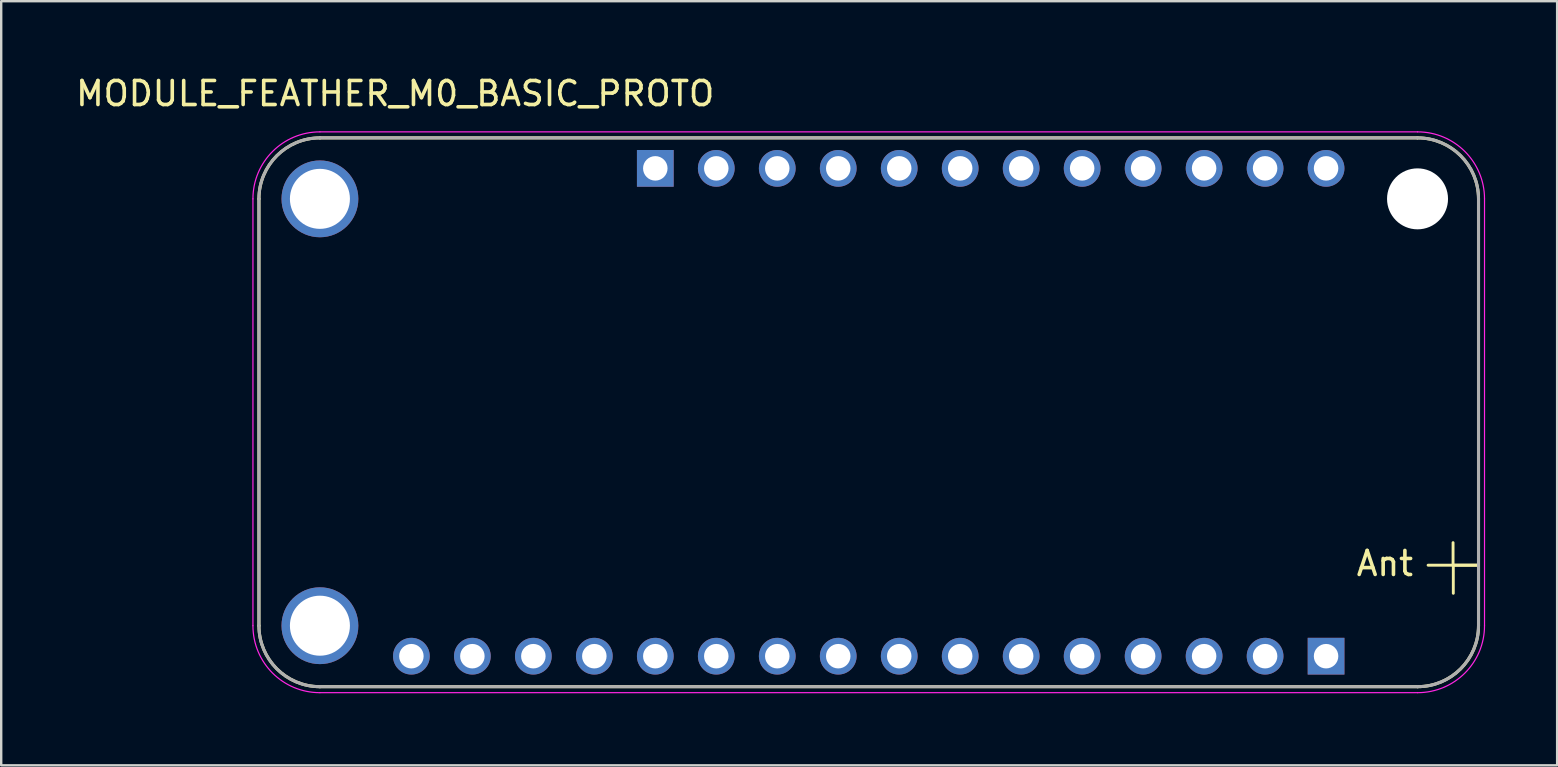
<source format=kicad_pcb>
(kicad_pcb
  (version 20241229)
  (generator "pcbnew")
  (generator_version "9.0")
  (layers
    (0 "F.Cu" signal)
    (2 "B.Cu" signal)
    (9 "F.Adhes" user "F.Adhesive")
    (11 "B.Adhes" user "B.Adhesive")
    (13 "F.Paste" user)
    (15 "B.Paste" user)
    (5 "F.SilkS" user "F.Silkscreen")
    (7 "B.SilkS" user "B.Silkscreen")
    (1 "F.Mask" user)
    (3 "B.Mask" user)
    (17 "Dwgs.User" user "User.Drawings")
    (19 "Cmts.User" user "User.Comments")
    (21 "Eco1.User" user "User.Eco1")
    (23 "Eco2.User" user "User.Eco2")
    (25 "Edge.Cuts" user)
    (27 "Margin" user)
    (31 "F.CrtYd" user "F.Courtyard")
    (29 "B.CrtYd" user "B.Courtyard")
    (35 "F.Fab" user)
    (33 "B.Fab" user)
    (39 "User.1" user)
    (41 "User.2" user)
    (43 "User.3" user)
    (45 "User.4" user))
  (footprint "MODULE_FEATHER_M0_BASIC_PROTO"
    (layer "F.Cu")
    (at 33.136 14.123)
    (property "Reference" "MODULE_FEATHER_M0_BASIC_PROTO" (at -19.725 -13.275 0) (layer "F.SilkS") (effects (font (size 1 1) (thickness 0.15))))
    (attr through_hole)
    (fp_line (start -25.4 8.89) (end -25.4 -8.89) (stroke (width 0.127) (type solid)) (layer "F.SilkS"))
    (fp_line (start -22.86 -11.43) (end 22.86 -11.43) (stroke (width 0.127) (type solid)) (layer "F.SilkS"))
    (fp_line (start 22.86 11.43) (end -22.86 11.43) (stroke (width 0.127) (type solid)) (layer "F.SilkS"))
    (fp_line (start 24.34 6.37) (end 24.34 5.43) (stroke (width 0.12) (type solid)) (layer "F.SilkS"))
    (fp_line (start 24.34 6.37) (end 25.39 6.37) (stroke (width 0.12) (type solid)) (layer "F.SilkS"))
    (fp_line (start 24.35 6.36) (end 24.35 7.54) (stroke (width 0.12) (type solid)) (layer "F.SilkS"))
    (fp_line (start 25.39 6.37) (end 23.3 6.37) (stroke (width 0.12) (type solid)) (layer "F.SilkS"))
    (fp_line (start 25.4 -8.89) (end 25.4 8.89) (stroke (width 0.127) (type solid)) (layer "F.SilkS"))
    (fp_arc (start -25.4 -8.89) (mid -24.656051 -10.686051) (end -22.86 -11.43) (stroke (width 0.127) (type solid)) (layer "F.SilkS"))
    (fp_arc (start -22.86 11.43) (mid -24.656051 10.686051) (end -25.4 8.89) (stroke (width 0.127) (type solid)) (layer "F.SilkS"))
    (fp_arc (start 22.86 -11.43) (mid 24.656051 -10.686051) (end 25.4 -8.89) (stroke (width 0.127) (type solid)) (layer "F.SilkS"))
    (fp_arc (start 25.4 8.89) (mid 24.656051 10.686051) (end 22.86 11.43) (stroke (width 0.127) (type solid)) (layer "F.SilkS"))
    (fp_line (start -25.65 -8.89) (end -25.65 8.89) (stroke (width 0.05) (type solid)) (layer "F.CrtYd"))
    (fp_line (start -22.86 11.68) (end 22.86 11.68) (stroke (width 0.05) (type solid)) (layer "F.CrtYd"))
    (fp_line (start 22.86 -11.68) (end -22.86 -11.68) (stroke (width 0.05) (type solid)) (layer "F.CrtYd"))
    (fp_line (start 25.65 8.89) (end 25.65 -8.89) (stroke (width 0.05) (type solid)) (layer "F.CrtYd"))
    (fp_arc (start -25.65 -8.89) (mid -24.832828 -10.862828) (end -22.86 -11.68) (stroke (width 0.05) (type solid)) (layer "F.CrtYd"))
    (fp_arc (start -22.86 11.68) (mid -24.832828 10.862828) (end -25.65 8.89) (stroke (width 0.05) (type solid)) (layer "F.CrtYd"))
    (fp_arc (start 22.86 -11.68) (mid 24.832828 -10.862828) (end 25.65 -8.89) (stroke (width 0.05) (type solid)) (layer "F.CrtYd"))
    (fp_arc (start 25.65 8.89) (mid 24.832828 10.862828) (end 22.86 11.68) (stroke (width 0.05) (type solid)) (layer "F.CrtYd"))
    (fp_line (start -25.4 8.89) (end -25.4 -8.89) (stroke (width 0.127) (type solid)) (layer "F.Fab"))
    (fp_line (start -22.86 -11.43) (end 22.86 -11.43) (stroke (width 0.127) (type solid)) (layer "F.Fab"))
    (fp_line (start 22.86 11.43) (end -22.86 11.43) (stroke (width 0.127) (type solid)) (layer "F.Fab"))
    (fp_line (start 25.4 -8.89) (end 25.4 8.89) (stroke (width 0.127) (type solid)) (layer "F.Fab"))
    (fp_arc (start -25.4 -8.89) (mid -24.656051 -10.686051) (end -22.86 -11.43) (stroke (width 0.127) (type solid)) (layer "F.Fab"))
    (fp_arc (start -22.86 11.43) (mid -24.656051 10.686051) (end -25.4 8.89) (stroke (width 0.127) (type solid)) (layer "F.Fab"))
    (fp_arc (start 22.86 -11.43) (mid 24.656051 -10.686051) (end 25.4 -8.89) (stroke (width 0.127) (type solid)) (layer "F.Fab"))
    (fp_arc (start 25.4 8.89) (mid 24.656051 10.686051) (end 22.86 11.43) (stroke (width 0.127) (type solid)) (layer "F.Fab"))
    (fp_text user "Ant" (at 21.5 6.3 0) (layer "F.SilkS") (effects (font (size 1 1) (thickness 0.15))))
    (pad "" np_thru_hole circle (at 22.86 -8.89) (size 2.54 2.54) (drill 2.54) (layers "*.Cu" "*.Mask"))
    (pad "P$1" thru_hole circle (at -22.86 -8.89) (size 3.2 3.2) (drill 2.5) (layers "*.Cu" "*.Mask"))
    (pad "P$2" thru_hole circle (at -22.86 8.89) (size 3.2 3.2) (drill 2.5) (layers "*.Cu" "*.Mask"))
    (pad "P1_1" thru_hole rect (at 19.05 10.16) (size 1.53 1.53) (drill 1.02) (layers "*.Cu" "*.Mask"))
    (pad "P1_2" thru_hole circle (at 16.51 10.16) (size 1.53 1.53) (drill 1.02) (layers "*.Cu" "*.Mask"))
    (pad "P1_3" thru_hole circle (at 13.97 10.16) (size 1.53 1.53) (drill 1.02) (layers "*.Cu" "*.Mask"))
    (pad "P1_4" thru_hole circle (at 11.43 10.16) (size 1.53 1.53) (drill 1.02) (layers "*.Cu" "*.Mask"))
    (pad "P1_5" thru_hole circle (at 8.89 10.16) (size 1.53 1.53) (drill 1.02) (layers "*.Cu" "*.Mask"))
    (pad "P1_6" thru_hole circle (at 6.35 10.16) (size 1.53 1.53) (drill 1.02) (layers "*.Cu" "*.Mask"))
    (pad "P1_7" thru_hole circle (at 3.81 10.16) (size 1.53 1.53) (drill 1.02) (layers "*.Cu" "*.Mask"))
    (pad "P1_8" thru_hole circle (at 1.27 10.16) (size 1.53 1.53) (drill 1.02) (layers "*.Cu" "*.Mask"))
    (pad "P1_9" thru_hole circle (at -1.27 10.16) (size 1.53 1.53) (drill 1.02) (layers "*.Cu" "*.Mask"))
    (pad "P1_10" thru_hole circle (at -3.81 10.16) (size 1.53 1.53) (drill 1.02) (layers "*.Cu" "*.Mask"))
    (pad "P1_11" thru_hole circle (at -6.35 10.16) (size 1.53 1.53) (drill 1.02) (layers "*.Cu" "*.Mask"))
    (pad "P1_12" thru_hole circle (at -8.89 10.16) (size 1.53 1.53) (drill 1.02) (layers "*.Cu" "*.Mask"))
    (pad "P1_13" thru_hole circle (at -11.43 10.16) (size 1.53 1.53) (drill 1.02) (layers "*.Cu" "*.Mask"))
    (pad "P1_14" thru_hole circle (at -13.97 10.16) (size 1.53 1.53) (drill 1.02) (layers "*.Cu" "*.Mask"))
    (pad "P1_15" thru_hole circle (at -16.51 10.16) (size 1.53 1.53) (drill 1.02) (layers "*.Cu" "*.Mask"))
    (pad "P1_16" thru_hole circle (at -19.05 10.16) (size 1.53 1.53) (drill 1.02) (layers "*.Cu" "*.Mask"))
    (pad "P2_1" thru_hole rect (at -8.89 -10.16) (size 1.53 1.53) (drill 1.02) (layers "*.Cu" "*.Mask"))
    (pad "P2_2" thru_hole circle (at -6.35 -10.16) (size 1.53 1.53) (drill 1.02) (layers "*.Cu" "*.Mask"))
    (pad "P2_3" thru_hole circle (at -3.81 -10.16) (size 1.53 1.53) (drill 1.02) (layers "*.Cu" "*.Mask"))
    (pad "P2_4" thru_hole circle (at -1.27 -10.16) (size 1.53 1.53) (drill 1.02) (layers "*.Cu" "*.Mask"))
    (pad "P2_5" thru_hole circle (at 1.27 -10.16) (size 1.53 1.53) (drill 1.02) (layers "*.Cu" "*.Mask"))
    (pad "P2_6" thru_hole circle (at 3.81 -10.16) (size 1.53 1.53) (drill 1.02) (layers "*.Cu" "*.Mask"))
    (pad "P2_7" thru_hole circle (at 6.35 -10.16) (size 1.53 1.53) (drill 1.02) (layers "*.Cu" "*.Mask"))
    (pad "P2_8" thru_hole circle (at 8.89 -10.16) (size 1.53 1.53) (drill 1.02) (layers "*.Cu" "*.Mask"))
    (pad "P2_9" thru_hole circle (at 11.43 -10.16) (size 1.53 1.53) (drill 1.02) (layers "*.Cu" "*.Mask"))
    (pad "P2_10" thru_hole circle (at 13.97 -10.16) (size 1.53 1.53) (drill 1.02) (layers "*.Cu" "*.Mask"))
    (pad "P2_11" thru_hole circle (at 16.51 -10.16) (size 1.53 1.53) (drill 1.02) (layers "*.Cu" "*.Mask"))
    (pad "P2_12" thru_hole circle (at 19.05 -10.16) (size 1.53 1.53) (drill 1.02) (layers "*.Cu" "*.Mask")))
  (gr_rect
    (start -3 -3)
    (end 61.811 28.828)
    (stroke (width 0.1) (type default))
    (fill no)
    (layer "Edge.Cuts")))
</source>
